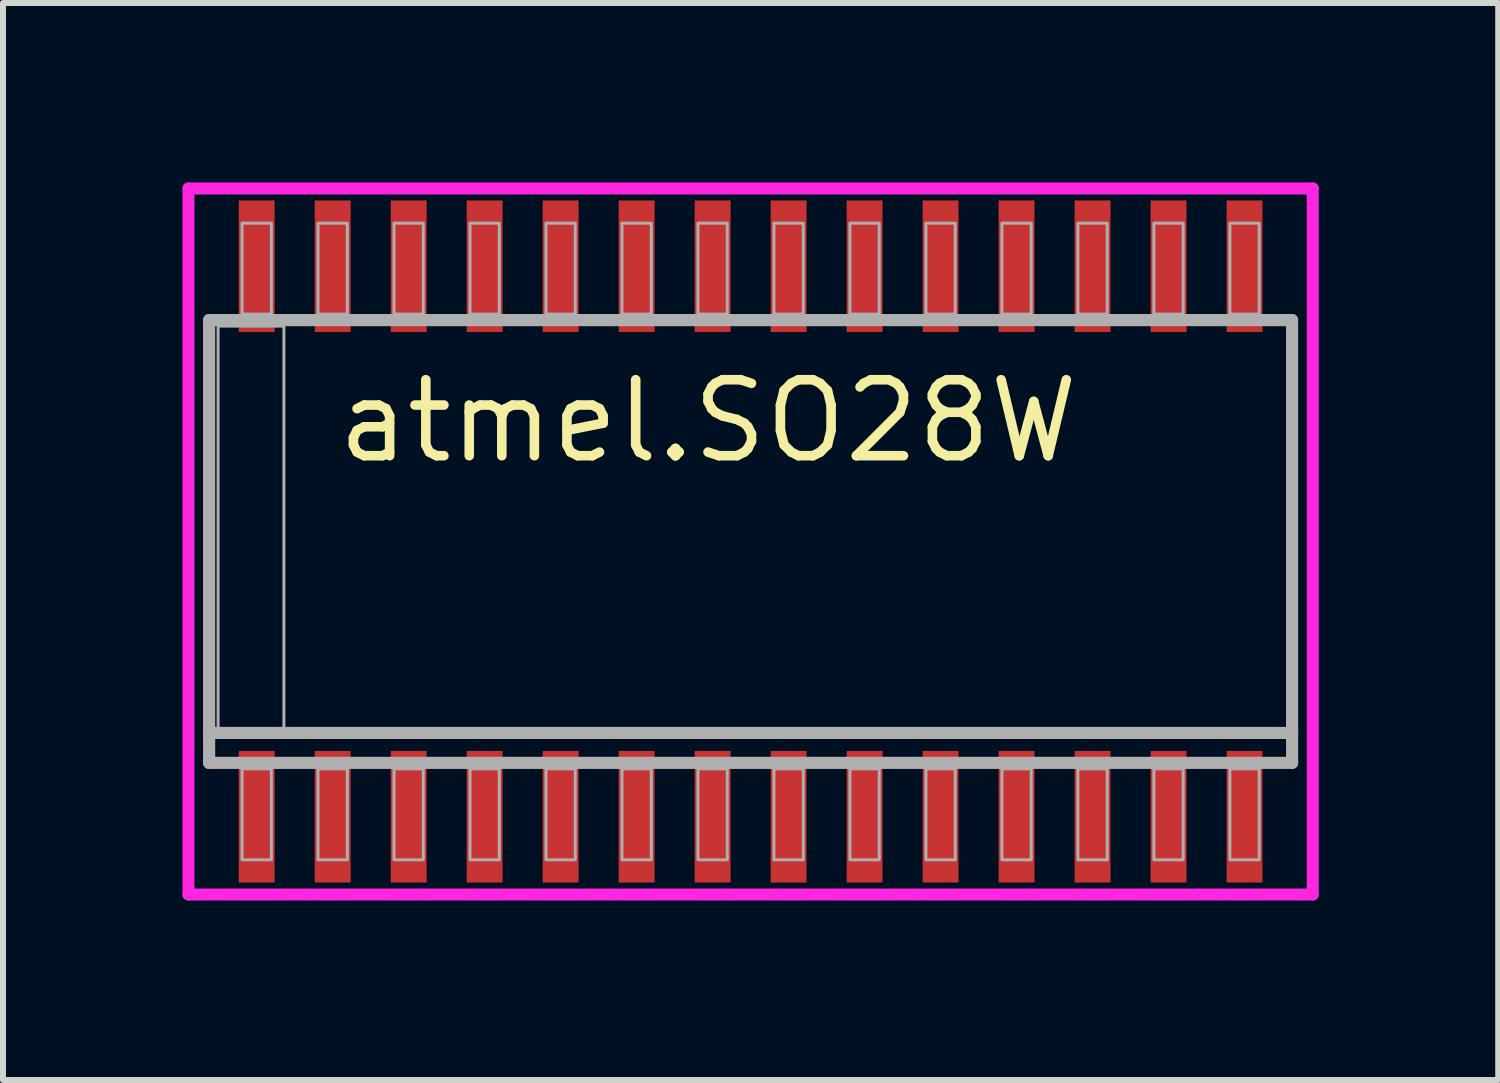
<source format=kicad_pcb>
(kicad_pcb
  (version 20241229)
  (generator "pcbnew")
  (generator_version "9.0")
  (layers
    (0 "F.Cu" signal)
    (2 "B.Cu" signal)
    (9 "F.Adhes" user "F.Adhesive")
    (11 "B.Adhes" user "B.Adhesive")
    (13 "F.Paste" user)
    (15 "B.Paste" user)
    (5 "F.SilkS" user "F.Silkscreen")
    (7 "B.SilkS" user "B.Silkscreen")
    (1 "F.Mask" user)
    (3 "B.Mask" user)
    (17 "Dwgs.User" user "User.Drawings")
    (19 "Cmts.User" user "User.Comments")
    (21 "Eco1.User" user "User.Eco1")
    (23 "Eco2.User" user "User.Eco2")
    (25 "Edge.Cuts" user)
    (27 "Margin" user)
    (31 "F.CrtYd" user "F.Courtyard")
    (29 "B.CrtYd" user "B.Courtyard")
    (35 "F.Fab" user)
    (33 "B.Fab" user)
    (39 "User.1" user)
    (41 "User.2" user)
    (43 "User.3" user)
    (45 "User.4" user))
  (footprint "atmel.SO28W"
    (layer "F.Cu")
    (at 9.495 6)
    (property "Reference" "atmel.SO28W" (at -6.985 -1.27 0) (layer "F.SilkS") (effects (font (size 1.27 1.27) (thickness 0.16)) (justify left bottom)))
    (attr smd)
    (fp_line (start -9.395 -5.9) (end 9.395 -5.9) (stroke (width 0.2) (type default)) (layer "F.CrtYd"))
    (fp_line (start -9.395 5.9) (end -9.395 -5.9) (stroke (width 0.2) (type default)) (layer "F.CrtYd"))
    (fp_line (start 9.395 -5.9) (end 9.395 5.9) (stroke (width 0.2) (type default)) (layer "F.CrtYd"))
    (fp_line (start 9.395 5.9) (end -9.395 5.9) (stroke (width 0.2) (type default)) (layer "F.CrtYd"))
    (fp_line (start -9.05 -3.7) (end 9.05 -3.7) (stroke (width 0.203) (type default)) (layer "F.Fab"))
    (fp_line (start -9.05 3.2) (end -9.05 -3.7) (stroke (width 0.203) (type default)) (layer "F.Fab"))
    (fp_line (start -9.05 3.7) (end -9.05 3.2) (stroke (width 0.203) (type default)) (layer "F.Fab"))
    (fp_line (start 9.05 -3.7) (end 9.05 3.2) (stroke (width 0.203) (type default)) (layer "F.Fab"))
    (fp_line (start 9.05 3.2) (end -9.05 3.2) (stroke (width 0.203) (type default)) (layer "F.Fab"))
    (fp_line (start 9.05 3.2) (end 9.05 3.7) (stroke (width 0.203) (type default)) (layer "F.Fab"))
    (fp_line (start 9.05 3.7) (end -9.05 3.7) (stroke (width 0.203) (type default)) (layer "F.Fab"))
    (fp_rect (start -8.9 3.2) (end -7.8 -3.6) (stroke (width 0.05) (type default)) (fill no) (layer "F.Fab"))
    (fp_rect (start -8.5 -3.8) (end -8.01 -5.32) (stroke (width 0.05) (type default)) (fill no) (layer "F.Fab"))
    (fp_rect (start -8.5 5.32) (end -8.01 3.8) (stroke (width 0.05) (type default)) (fill no) (layer "F.Fab"))
    (fp_rect (start -7.23 -3.8) (end -6.74 -5.32) (stroke (width 0.05) (type default)) (fill no) (layer "F.Fab"))
    (fp_rect (start -7.23 5.32) (end -6.74 3.8) (stroke (width 0.05) (type default)) (fill no) (layer "F.Fab"))
    (fp_rect (start -5.96 -3.8) (end -5.47 -5.32) (stroke (width 0.05) (type default)) (fill no) (layer "F.Fab"))
    (fp_rect (start -5.96 5.32) (end -5.47 3.8) (stroke (width 0.05) (type default)) (fill no) (layer "F.Fab"))
    (fp_rect (start -4.69 -3.8) (end -4.2 -5.32) (stroke (width 0.05) (type default)) (fill no) (layer "F.Fab"))
    (fp_rect (start -4.69 5.32) (end -4.2 3.8) (stroke (width 0.05) (type default)) (fill no) (layer "F.Fab"))
    (fp_rect (start -3.42 -3.8) (end -2.93 -5.32) (stroke (width 0.05) (type default)) (fill no) (layer "F.Fab"))
    (fp_rect (start -3.42 5.32) (end -2.93 3.8) (stroke (width 0.05) (type default)) (fill no) (layer "F.Fab"))
    (fp_rect (start -2.15 -3.8) (end -1.66 -5.32) (stroke (width 0.05) (type default)) (fill no) (layer "F.Fab"))
    (fp_rect (start -2.15 5.32) (end -1.66 3.8) (stroke (width 0.05) (type default)) (fill no) (layer "F.Fab"))
    (fp_rect (start -0.88 -3.8) (end -0.39 -5.32) (stroke (width 0.05) (type default)) (fill no) (layer "F.Fab"))
    (fp_rect (start -0.88 5.32) (end -0.39 3.8) (stroke (width 0.05) (type default)) (fill no) (layer "F.Fab"))
    (fp_rect (start 0.39 -3.8) (end 0.88 -5.32) (stroke (width 0.05) (type default)) (fill no) (layer "F.Fab"))
    (fp_rect (start 0.39 5.32) (end 0.88 3.8) (stroke (width 0.05) (type default)) (fill no) (layer "F.Fab"))
    (fp_rect (start 1.66 -3.8) (end 2.15 -5.32) (stroke (width 0.05) (type default)) (fill no) (layer "F.Fab"))
    (fp_rect (start 1.66 5.32) (end 2.15 3.8) (stroke (width 0.05) (type default)) (fill no) (layer "F.Fab"))
    (fp_rect (start 2.93 -3.8) (end 3.42 -5.32) (stroke (width 0.05) (type default)) (fill no) (layer "F.Fab"))
    (fp_rect (start 2.93 5.32) (end 3.42 3.8) (stroke (width 0.05) (type default)) (fill no) (layer "F.Fab"))
    (fp_rect (start 4.2 -3.8) (end 4.69 -5.32) (stroke (width 0.05) (type default)) (fill no) (layer "F.Fab"))
    (fp_rect (start 4.2 5.32) (end 4.69 3.8) (stroke (width 0.05) (type default)) (fill no) (layer "F.Fab"))
    (fp_rect (start 5.47 -3.8) (end 5.96 -5.32) (stroke (width 0.05) (type default)) (fill no) (layer "F.Fab"))
    (fp_rect (start 5.47 5.32) (end 5.96 3.8) (stroke (width 0.05) (type default)) (fill no) (layer "F.Fab"))
    (fp_rect (start 6.74 -3.8) (end 7.23 -5.32) (stroke (width 0.05) (type default)) (fill no) (layer "F.Fab"))
    (fp_rect (start 6.74 5.32) (end 7.23 3.8) (stroke (width 0.05) (type default)) (fill no) (layer "F.Fab"))
    (fp_rect (start 8.01 -3.8) (end 8.5 -5.32) (stroke (width 0.05) (type default)) (fill no) (layer "F.Fab"))
    (fp_rect (start 8.01 5.32) (end 8.5 3.8) (stroke (width 0.05) (type default)) (fill no) (layer "F.Fab"))
    (pad "1" smd roundrect (at -8.255 4.6) (size 0.6 2.2) (layers "F.Cu" "F.Mask" "F.Paste") (roundrect_rratio 0.01))
    (pad "2" smd roundrect (at -6.985 4.6) (size 0.6 2.2) (layers "F.Cu" "F.Mask" "F.Paste") (roundrect_rratio 0.01))
    (pad "3" smd roundrect (at -5.715 4.6) (size 0.6 2.2) (layers "F.Cu" "F.Mask" "F.Paste") (roundrect_rratio 0.01))
    (pad "4" smd roundrect (at -4.445 4.6) (size 0.6 2.2) (layers "F.Cu" "F.Mask" "F.Paste") (roundrect_rratio 0.01))
    (pad "5" smd roundrect (at -3.175 4.6) (size 0.6 2.2) (layers "F.Cu" "F.Mask" "F.Paste") (roundrect_rratio 0.01))
    (pad "6" smd roundrect (at -1.905 4.6) (size 0.6 2.2) (layers "F.Cu" "F.Mask" "F.Paste") (roundrect_rratio 0.01))
    (pad "7" smd roundrect (at -0.635 4.6) (size 0.6 2.2) (layers "F.Cu" "F.Mask" "F.Paste") (roundrect_rratio 0.01))
    (pad "8" smd roundrect (at 0.635 4.6) (size 0.6 2.2) (layers "F.Cu" "F.Mask" "F.Paste") (roundrect_rratio 0.01))
    (pad "9" smd roundrect (at 1.905 4.6) (size 0.6 2.2) (layers "F.Cu" "F.Mask" "F.Paste") (roundrect_rratio 0.01))
    (pad "10" smd roundrect (at 3.175 4.6) (size 0.6 2.2) (layers "F.Cu" "F.Mask" "F.Paste") (roundrect_rratio 0.01))
    (pad "11" smd roundrect (at 4.445 4.6) (size 0.6 2.2) (layers "F.Cu" "F.Mask" "F.Paste") (roundrect_rratio 0.01))
    (pad "12" smd roundrect (at 5.715 4.6) (size 0.6 2.2) (layers "F.Cu" "F.Mask" "F.Paste") (roundrect_rratio 0.01))
    (pad "13" smd roundrect (at 6.985 4.6) (size 0.6 2.2) (layers "F.Cu" "F.Mask" "F.Paste") (roundrect_rratio 0.01))
    (pad "14" smd roundrect (at 8.255 4.6) (size 0.6 2.2) (layers "F.Cu" "F.Mask" "F.Paste") (roundrect_rratio 0.01))
    (pad "15" smd roundrect (at 8.255 -4.6) (size 0.6 2.2) (layers "F.Cu" "F.Mask" "F.Paste") (roundrect_rratio 0.01))
    (pad "16" smd roundrect (at 6.985 -4.6) (size 0.6 2.2) (layers "F.Cu" "F.Mask" "F.Paste") (roundrect_rratio 0.01))
    (pad "17" smd roundrect (at 5.715 -4.6) (size 0.6 2.2) (layers "F.Cu" "F.Mask" "F.Paste") (roundrect_rratio 0.01))
    (pad "18" smd roundrect (at 4.445 -4.6) (size 0.6 2.2) (layers "F.Cu" "F.Mask" "F.Paste") (roundrect_rratio 0.01))
    (pad "19" smd roundrect (at 3.175 -4.6) (size 0.6 2.2) (layers "F.Cu" "F.Mask" "F.Paste") (roundrect_rratio 0.01))
    (pad "20" smd roundrect (at 1.905 -4.6) (size 0.6 2.2) (layers "F.Cu" "F.Mask" "F.Paste") (roundrect_rratio 0.01))
    (pad "21" smd roundrect (at 0.635 -4.6) (size 0.6 2.2) (layers "F.Cu" "F.Mask" "F.Paste") (roundrect_rratio 0.01))
    (pad "22" smd roundrect (at -0.635 -4.6) (size 0.6 2.2) (layers "F.Cu" "F.Mask" "F.Paste") (roundrect_rratio 0.01))
    (pad "23" smd roundrect (at -1.905 -4.6) (size 0.6 2.2) (layers "F.Cu" "F.Mask" "F.Paste") (roundrect_rratio 0.01))
    (pad "24" smd roundrect (at -3.175 -4.6) (size 0.6 2.2) (layers "F.Cu" "F.Mask" "F.Paste") (roundrect_rratio 0.01))
    (pad "25" smd roundrect (at -4.445 -4.6) (size 0.6 2.2) (layers "F.Cu" "F.Mask" "F.Paste") (roundrect_rratio 0.01))
    (pad "26" smd roundrect (at -5.715 -4.6) (size 0.6 2.2) (layers "F.Cu" "F.Mask" "F.Paste") (roundrect_rratio 0.01))
    (pad "27" smd roundrect (at -6.985 -4.6) (size 0.6 2.2) (layers "F.Cu" "F.Mask" "F.Paste") (roundrect_rratio 0.01))
    (pad "28" smd roundrect (at -8.255 -4.6) (size 0.6 2.2) (layers "F.Cu" "F.Mask" "F.Paste") (roundrect_rratio 0.01)))
  (gr_rect
    (start -3 -3)
    (end 21.99 15)
    (stroke (width 0.1) (type default))
    (fill no)
    (layer "Edge.Cuts")))
</source>
